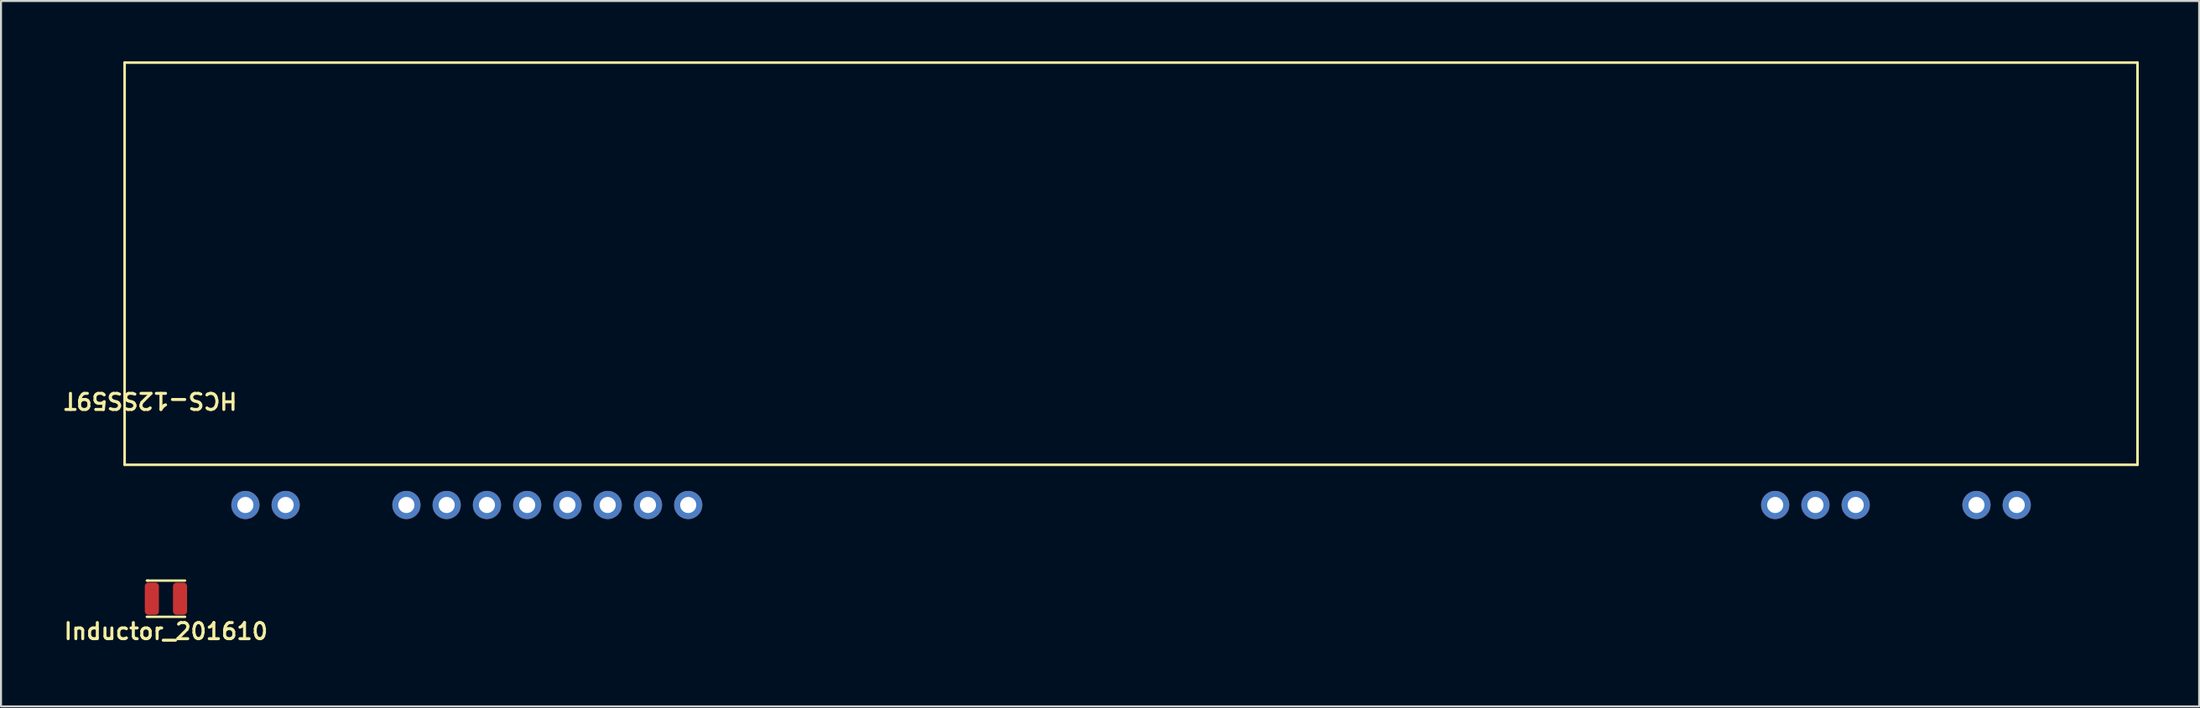
<source format=kicad_pcb>
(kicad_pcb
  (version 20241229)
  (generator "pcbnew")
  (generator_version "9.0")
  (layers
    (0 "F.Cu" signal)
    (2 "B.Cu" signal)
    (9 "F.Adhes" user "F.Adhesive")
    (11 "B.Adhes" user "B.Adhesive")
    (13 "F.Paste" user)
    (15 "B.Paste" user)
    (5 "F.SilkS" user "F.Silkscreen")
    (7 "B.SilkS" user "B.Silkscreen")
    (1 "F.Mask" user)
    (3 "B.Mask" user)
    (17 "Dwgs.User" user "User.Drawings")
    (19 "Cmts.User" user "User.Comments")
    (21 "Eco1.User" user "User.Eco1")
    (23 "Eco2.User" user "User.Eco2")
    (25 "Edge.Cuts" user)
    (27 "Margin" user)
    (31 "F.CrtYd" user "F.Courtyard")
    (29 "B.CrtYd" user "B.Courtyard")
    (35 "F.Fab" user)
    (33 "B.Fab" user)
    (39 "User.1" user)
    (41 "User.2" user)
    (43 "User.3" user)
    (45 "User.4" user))
  (footprint "Inductor_201610"
    (layer "F.Cu")
    (at 5.194 26.724)
    (property "Reference" "Inductor_201610" (at -0.001 1.625 180) (layer "F.SilkS") (effects (font (size 0.8 0.8) (thickness 0.15))))
    (attr smd)
    (fp_line (start -0.95 0.9) (end 0.95 0.9) (stroke (width 0.12) (type solid)) (layer "F.SilkS"))
    (fp_line (start -0.9 -0.9) (end -0.95 -0.9) (stroke (width 0.12) (type solid)) (layer "F.SilkS"))
    (fp_line (start -0.9 -0.9) (end 0.95 -0.9) (stroke (width 0.12) (type solid)) (layer "F.SilkS"))
    (pad "1" smd roundrect (at -0.7 0 180) (size 0.7 1.6) (layers "F.Cu" "F.Mask" "F.Paste") (roundrect_rratio 0.25))
    (pad "2" smd roundrect (at 0.7 0 180) (size 0.7 1.6) (layers "F.Cu" "F.Mask" "F.Paste") (roundrect_rratio 0.25)))
  (footprint "HCS-12SS59T"
    (layer "F.Cu")
    (at 53.141 11.309)
    (property "Reference" "HCS-12SS59T" (at -48.71 5.565 180) (unlocked yes) (layer "F.SilkS") (effects (font (size 0.8 0.8) (thickness 0.15))))
    (fp_line (start -50 -11.245) (end 50 -11.245) (stroke (width 0.127) (type solid)) (layer "F.SilkS"))
    (fp_line (start -50 8.755) (end -50 -11.245) (stroke (width 0.127) (type solid)) (layer "F.SilkS"))
    (fp_line (start -50 8.755) (end 50 8.755) (stroke (width 0.127) (type solid)) (layer "F.SilkS"))
    (fp_line (start 50 -11.245) (end 50 8.755) (stroke (width 0.127) (type solid)) (layer "F.SilkS"))
    (pad "1" thru_hole circle (at -44 10.755) (size 1.4 1.4) (drill 0.8) (layers "*.Cu" "*.Mask"))
    (pad "2" thru_hole circle (at -42 10.755) (size 1.4 1.4) (drill 0.8) (layers "*.Cu" "*.Mask"))
    (pad "5" thru_hole circle (at -36 10.755) (size 1.4 1.4) (drill 0.8) (layers "*.Cu" "*.Mask"))
    (pad "6" thru_hole circle (at -34 10.755) (size 1.4 1.4) (drill 0.8) (layers "*.Cu" "*.Mask"))
    (pad "7" thru_hole circle (at -32 10.755) (size 1.4 1.4) (drill 0.8) (layers "*.Cu" "*.Mask"))
    (pad "8" thru_hole circle (at -30 10.755) (size 1.4 1.4) (drill 0.8) (layers "*.Cu" "*.Mask"))
    (pad "9" thru_hole circle (at -28 10.755) (size 1.4 1.4) (drill 0.8) (layers "*.Cu" "*.Mask"))
    (pad "10" thru_hole circle (at -26 10.755) (size 1.4 1.4) (drill 0.8) (layers "*.Cu" "*.Mask"))
    (pad "11" thru_hole circle (at -24 10.755) (size 1.4 1.4) (drill 0.8) (layers "*.Cu" "*.Mask"))
    (pad "12" thru_hole circle (at -22 10.755) (size 1.4 1.4) (drill 0.8) (layers "*.Cu" "*.Mask"))
    (pad "39" thru_hole circle (at 32 10.755) (size 1.4 1.4) (drill 0.8) (layers "*.Cu" "*.Mask"))
    (pad "40" thru_hole circle (at 34 10.755) (size 1.4 1.4) (drill 0.8) (layers "*.Cu" "*.Mask"))
    (pad "41" thru_hole circle (at 36 10.755) (size 1.4 1.4) (drill 0.8) (layers "*.Cu" "*.Mask"))
    (pad "44" thru_hole circle (at 42 10.755) (size 1.4 1.4) (drill 0.8) (layers "*.Cu" "*.Mask"))
    (pad "45" thru_hole circle (at 44 10.755) (size 1.4 1.4) (drill 0.8) (layers "*.Cu" "*.Mask")))
  (gr_rect
    (start -3 -3)
    (end 106.204 32.08)
    (stroke (width 0.1) (type default))
    (fill no)
    (layer "Edge.Cuts")))
</source>
